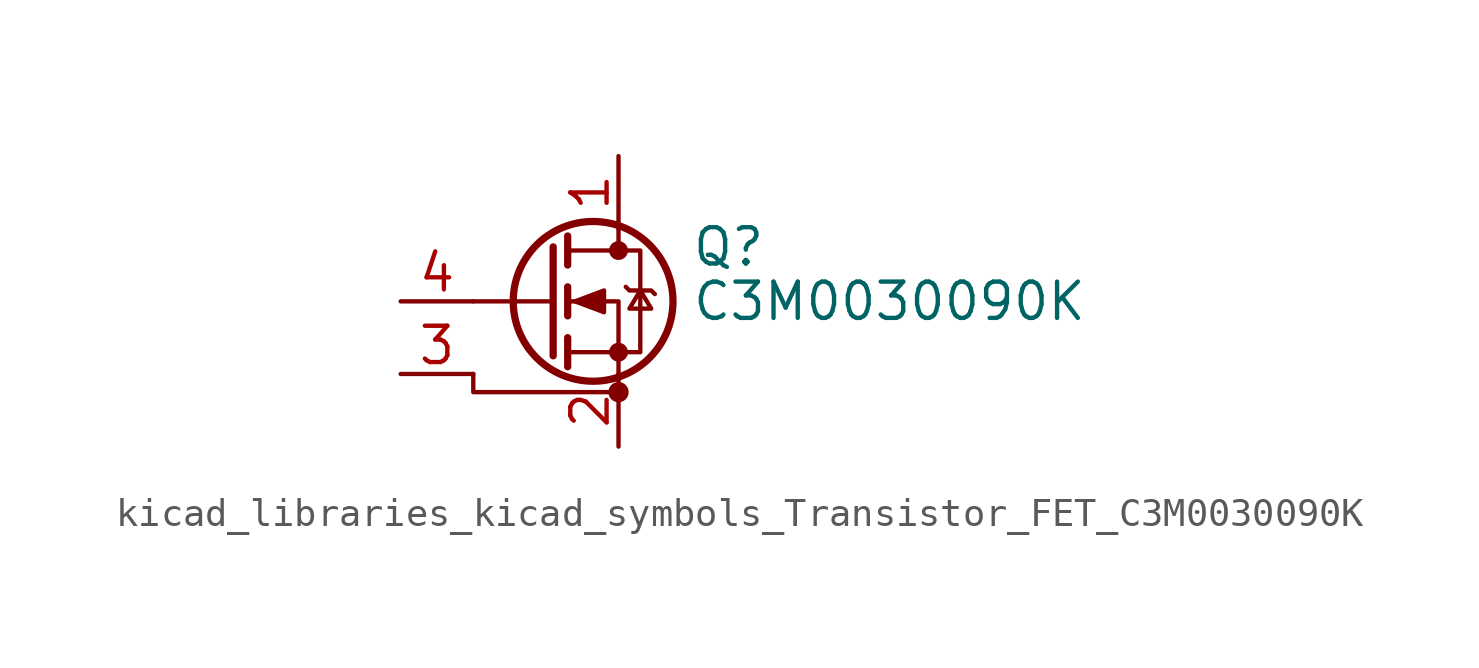
<source format=kicad_sym>
(kicad_symbol_lib
  (version 20220914)
  (generator kicad_symbol_editor)
  (symbol "kicad_libraries_kicad_symbols_Transistor_FET_C3M0030090K"
    (pin_names hide)
    (property "Reference" "Q"
      (at 5.08 1.905 0)
      (effects (font (size 1.27 1.27)) (justify left)))
    (property "Value" "C3M0030090K"
      (at 5.08 0 0)
      (effects (font (size 1.27 1.27)) (justify left)))
    (symbol "kicad_libraries_kicad_symbols_Transistor_FET_C3M0030090K_0_1"
      (polyline (pts (xy 0.254 0) (xy -2.54 0)) (stroke (width 0) (type default)) (fill (type none)))
      (polyline (pts (xy 0.254 1.905) (xy 0.254 -1.905)) (stroke (width 0.254) (type default)) (fill (type none)))
      (polyline (pts (xy 0.762 -1.27) (xy 0.762 -2.286)) (stroke (width 0.254) (type default)) (fill (type none)))
      (polyline (pts (xy 0.762 0.508) (xy 0.762 -0.508)) (stroke (width 0.254) (type default)) (fill (type none)))
      (polyline (pts (xy 0.762 2.286) (xy 0.762 1.27)) (stroke (width 0.254) (type default)) (fill (type none)))
      (polyline (pts (xy 2.54 2.54) (xy 2.54 1.778)) (stroke (width 0) (type default)) (fill (type none)))
      (polyline (pts (xy -2.54 -2.54) (xy -2.54 -3.175) (xy 2.54 -3.175)) (stroke (width 0) (type default)) (fill (type none)))
      (polyline (pts (xy 2.54 -2.54) (xy 2.54 0) (xy 0.762 0)) (stroke (width 0) (type default)) (fill (type none)))
      (polyline (pts (xy 0.762 -1.778) (xy 3.302 -1.778) (xy 3.302 1.778) (xy 0.762 1.778)) (stroke (width 0) (type default)) (fill (type none)))
      (polyline (pts (xy 1.016 0) (xy 2.032 0.381) (xy 2.032 -0.381) (xy 1.016 0)) (stroke (width 0) (type default)) (fill (type outline)))
      (polyline (pts (xy 2.794 0.508) (xy 2.921 0.381) (xy 3.683 0.381) (xy 3.81 0.254)) (stroke (width 0) (type default)) (fill (type none)))
      (polyline (pts (xy 3.302 0.381) (xy 2.921 -0.254) (xy 3.683 -0.254) (xy 3.302 0.381)) (stroke (width 0) (type default)) (fill (type none)))
      (circle (center 1.651 0) (radius 2.794) (stroke (width 0.254) (type default)) (fill (type none)))
      (circle (center 2.54 -3.175) (radius 0.279) (stroke (width 0) (type default)) (fill (type outline)))
      (circle (center 2.54 -1.778) (radius 0.254) (stroke (width 0) (type default)) (fill (type outline)))
      (circle (center 2.54 1.778) (radius 0.254) (stroke (width 0) (type default)) (fill (type outline))))
    (symbol "kicad_libraries_kicad_symbols_Transistor_FET_C3M0030090K_1_1"
      (pin passive line (at 2.54 5.08 270) (length 2.54) (name "D" (effects (font (size 1.27 1.27)))) (number "1" (effects (font (size 1.27 1.27)))))
      (pin passive line (at 2.54 -5.08 90) (length 2.54) (name "S" (effects (font (size 1.27 1.27)))) (number "2" (effects (font (size 1.27 1.27)))))
      (pin passive line (at -5.08 -2.54 0) (length 2.54) (name "DS" (effects (font (size 1.27 1.27)))) (number "3" (effects (font (size 1.27 1.27)))))
      (pin input line (at -5.08 0 0) (length 2.54) (name "G" (effects (font (size 1.27 1.27)))) (number "4" (effects (font (size 1.27 1.27))))))))
</source>
